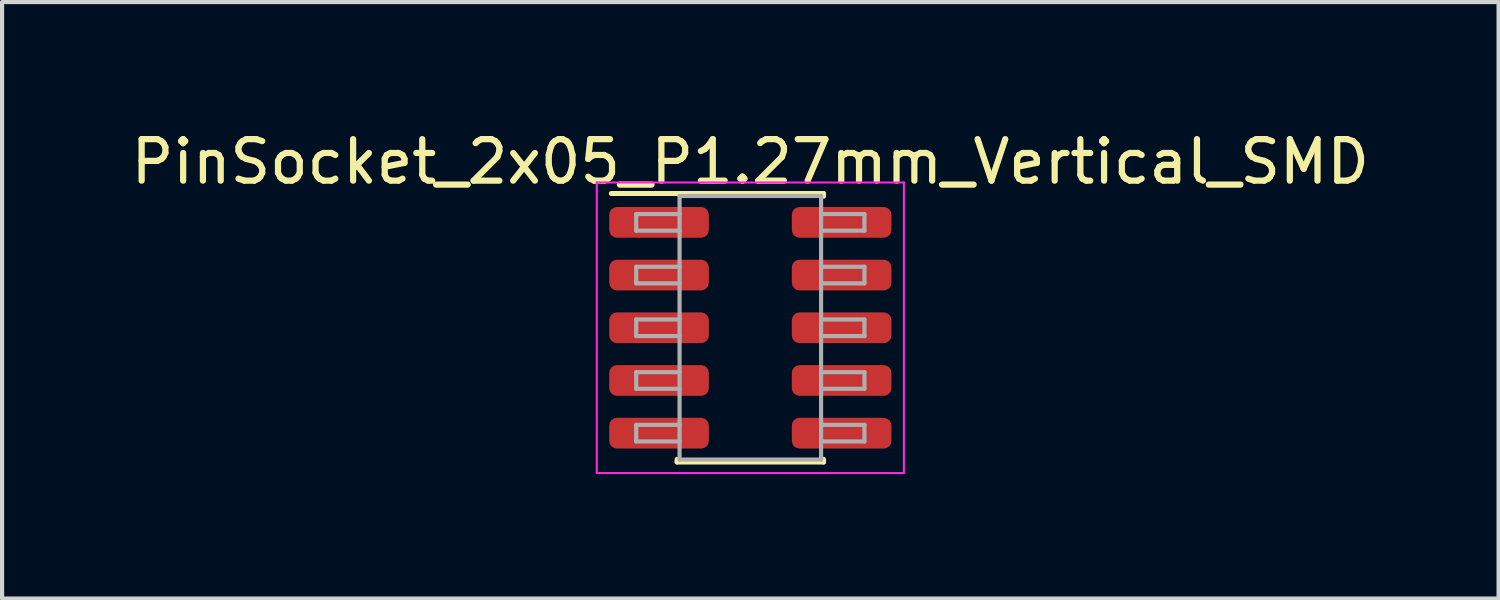
<source format=kicad_pcb>
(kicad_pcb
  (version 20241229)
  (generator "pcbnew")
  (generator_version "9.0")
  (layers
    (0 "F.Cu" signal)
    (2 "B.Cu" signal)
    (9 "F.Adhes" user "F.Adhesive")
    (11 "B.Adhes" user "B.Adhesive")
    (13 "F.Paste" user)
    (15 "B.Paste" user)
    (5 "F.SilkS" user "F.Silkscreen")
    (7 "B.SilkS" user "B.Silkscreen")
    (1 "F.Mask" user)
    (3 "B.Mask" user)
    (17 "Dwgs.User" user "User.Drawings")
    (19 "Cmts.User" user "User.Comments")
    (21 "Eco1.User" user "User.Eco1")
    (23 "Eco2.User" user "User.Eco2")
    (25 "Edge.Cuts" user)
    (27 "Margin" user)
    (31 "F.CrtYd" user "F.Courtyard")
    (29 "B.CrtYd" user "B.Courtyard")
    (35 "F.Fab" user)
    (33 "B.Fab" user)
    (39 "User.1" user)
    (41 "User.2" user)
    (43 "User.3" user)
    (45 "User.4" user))
  (footprint "PinSocket_2x05_P1.27mm_Vertical_SMD"
    (layer "F.Cu")
    (at 15.03 4.848)
    (property "Reference" "PinSocket_2x05_P1.27mm_Vertical_SMD" (at 0 -4 0) (layer "F.SilkS") (effects (font (size 1 1) (thickness 0.15))))
    (attr smd)
    (fp_line (start -3.35 -3.235) (end 1.765 -3.235) (stroke (width 0.12) (type solid)) (layer "F.SilkS"))
    (fp_line (start -1.765 3.17) (end -1.765 3.235) (stroke (width 0.12) (type solid)) (layer "F.SilkS"))
    (fp_line (start -1.765 3.235) (end 1.765 3.235) (stroke (width 0.12) (type solid)) (layer "F.SilkS"))
    (fp_line (start 1.765 -3.235) (end 1.765 -3.17) (stroke (width 0.12) (type solid)) (layer "F.SilkS"))
    (fp_line (start 1.765 3.17) (end 1.765 3.235) (stroke (width 0.12) (type solid)) (layer "F.SilkS"))
    (fp_line (start -3.7 -3.5) (end -3.7 3.5) (stroke (width 0.05) (type solid)) (layer "F.CrtYd"))
    (fp_line (start -3.7 3.5) (end 3.7 3.5) (stroke (width 0.05) (type solid)) (layer "F.CrtYd"))
    (fp_line (start 3.7 -3.5) (end -3.7 -3.5) (stroke (width 0.05) (type solid)) (layer "F.CrtYd"))
    (fp_line (start 3.7 3.5) (end 3.7 -3.5) (stroke (width 0.05) (type solid)) (layer "F.CrtYd"))
    (fp_line (start -2.75 -2.74) (end -2.75 -2.34) (stroke (width 0.1) (type solid)) (layer "F.Fab"))
    (fp_line (start -2.75 -2.34) (end -1.705 -2.34) (stroke (width 0.1) (type solid)) (layer "F.Fab"))
    (fp_line (start -2.75 -1.47) (end -2.75 -1.07) (stroke (width 0.1) (type solid)) (layer "F.Fab"))
    (fp_line (start -2.75 -1.07) (end -1.705 -1.07) (stroke (width 0.1) (type solid)) (layer "F.Fab"))
    (fp_line (start -2.75 -0.2) (end -2.75 0.2) (stroke (width 0.1) (type solid)) (layer "F.Fab"))
    (fp_line (start -2.75 0.2) (end -1.705 0.2) (stroke (width 0.1) (type solid)) (layer "F.Fab"))
    (fp_line (start -2.75 1.07) (end -2.75 1.47) (stroke (width 0.1) (type solid)) (layer "F.Fab"))
    (fp_line (start -2.75 1.47) (end -1.705 1.47) (stroke (width 0.1) (type solid)) (layer "F.Fab"))
    (fp_line (start -2.75 2.34) (end -2.75 2.74) (stroke (width 0.1) (type solid)) (layer "F.Fab"))
    (fp_line (start -2.75 2.74) (end -1.705 2.74) (stroke (width 0.1) (type solid)) (layer "F.Fab"))
    (fp_line (start -1.705 -3.175) (end 1.705 -3.175) (stroke (width 0.1) (type solid)) (layer "F.Fab"))
    (fp_line (start -1.705 -2.74) (end -2.75 -2.74) (stroke (width 0.1) (type solid)) (layer "F.Fab"))
    (fp_line (start -1.705 -1.47) (end -2.75 -1.47) (stroke (width 0.1) (type solid)) (layer "F.Fab"))
    (fp_line (start -1.705 -0.2) (end -2.75 -0.2) (stroke (width 0.1) (type solid)) (layer "F.Fab"))
    (fp_line (start -1.705 1.07) (end -2.75 1.07) (stroke (width 0.1) (type solid)) (layer "F.Fab"))
    (fp_line (start -1.705 2.34) (end -2.75 2.34) (stroke (width 0.1) (type solid)) (layer "F.Fab"))
    (fp_line (start -1.705 3.175) (end -1.705 -3.175) (stroke (width 0.1) (type solid)) (layer "F.Fab"))
    (fp_line (start 1.705 -3.175) (end 1.705 3.175) (stroke (width 0.1) (type solid)) (layer "F.Fab"))
    (fp_line (start 1.705 -2.74) (end 2.75 -2.74) (stroke (width 0.1) (type solid)) (layer "F.Fab"))
    (fp_line (start 1.705 -1.47) (end 2.75 -1.47) (stroke (width 0.1) (type solid)) (layer "F.Fab"))
    (fp_line (start 1.705 -0.2) (end 2.75 -0.2) (stroke (width 0.1) (type solid)) (layer "F.Fab"))
    (fp_line (start 1.705 1.07) (end 2.75 1.07) (stroke (width 0.1) (type solid)) (layer "F.Fab"))
    (fp_line (start 1.705 2.34) (end 2.75 2.34) (stroke (width 0.1) (type solid)) (layer "F.Fab"))
    (fp_line (start 1.705 3.175) (end -1.705 3.175) (stroke (width 0.1) (type solid)) (layer "F.Fab"))
    (fp_line (start 2.75 -2.74) (end 2.75 -2.34) (stroke (width 0.1) (type solid)) (layer "F.Fab"))
    (fp_line (start 2.75 -2.34) (end 1.705 -2.34) (stroke (width 0.1) (type solid)) (layer "F.Fab"))
    (fp_line (start 2.75 -1.47) (end 2.75 -1.07) (stroke (width 0.1) (type solid)) (layer "F.Fab"))
    (fp_line (start 2.75 -1.07) (end 1.705 -1.07) (stroke (width 0.1) (type solid)) (layer "F.Fab"))
    (fp_line (start 2.75 -0.2) (end 2.75 0.2) (stroke (width 0.1) (type solid)) (layer "F.Fab"))
    (fp_line (start 2.75 0.2) (end 1.705 0.2) (stroke (width 0.1) (type solid)) (layer "F.Fab"))
    (fp_line (start 2.75 1.07) (end 2.75 1.47) (stroke (width 0.1) (type solid)) (layer "F.Fab"))
    (fp_line (start 2.75 1.47) (end 1.705 1.47) (stroke (width 0.1) (type solid)) (layer "F.Fab"))
    (fp_line (start 2.75 2.34) (end 2.75 2.74) (stroke (width 0.1) (type solid)) (layer "F.Fab"))
    (fp_line (start 2.75 2.74) (end 1.705 2.74) (stroke (width 0.1) (type solid)) (layer "F.Fab"))
    (pad "1" smd roundrect (at 2.2 -2.54) (size 2.4 0.74) (layers "F.Cu" "F.Mask" "F.Paste") (roundrect_rratio 0.25))
    (pad "2" smd roundrect (at -2.2 -2.54) (size 2.4 0.74) (layers "F.Cu" "F.Mask" "F.Paste") (roundrect_rratio 0.25))
    (pad "3" smd roundrect (at 2.2 -1.27) (size 2.4 0.74) (layers "F.Cu" "F.Mask" "F.Paste") (roundrect_rratio 0.25))
    (pad "4" smd roundrect (at -2.2 -1.27) (size 2.4 0.74) (layers "F.Cu" "F.Mask" "F.Paste") (roundrect_rratio 0.25))
    (pad "5" smd roundrect (at 2.2 0) (size 2.4 0.74) (layers "F.Cu" "F.Mask" "F.Paste") (roundrect_rratio 0.25))
    (pad "6" smd roundrect (at -2.2 0) (size 2.4 0.74) (layers "F.Cu" "F.Mask" "F.Paste") (roundrect_rratio 0.25))
    (pad "7" smd roundrect (at 2.2 1.27) (size 2.4 0.74) (layers "F.Cu" "F.Mask" "F.Paste") (roundrect_rratio 0.25))
    (pad "8" smd roundrect (at -2.2 1.27) (size 2.4 0.74) (layers "F.Cu" "F.Mask" "F.Paste") (roundrect_rratio 0.25))
    (pad "9" smd roundrect (at 2.2 2.54) (size 2.4 0.74) (layers "F.Cu" "F.Mask" "F.Paste") (roundrect_rratio 0.25))
    (pad "10" smd roundrect (at -2.2 2.54) (size 2.4 0.74) (layers "F.Cu" "F.Mask" "F.Paste") (roundrect_rratio 0.25)))
  (gr_rect
    (start -3 -3)
    (end 33.06 11.373)
    (stroke (width 0.1) (type default))
    (fill no)
    (layer "Edge.Cuts")))
</source>
